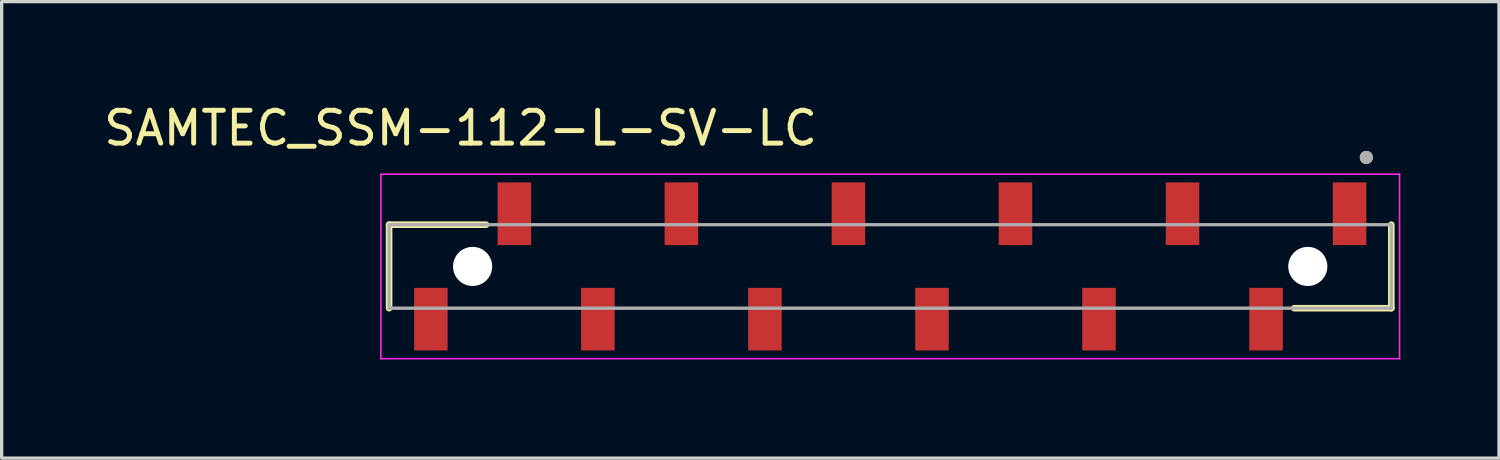
<source format=kicad_pcb>
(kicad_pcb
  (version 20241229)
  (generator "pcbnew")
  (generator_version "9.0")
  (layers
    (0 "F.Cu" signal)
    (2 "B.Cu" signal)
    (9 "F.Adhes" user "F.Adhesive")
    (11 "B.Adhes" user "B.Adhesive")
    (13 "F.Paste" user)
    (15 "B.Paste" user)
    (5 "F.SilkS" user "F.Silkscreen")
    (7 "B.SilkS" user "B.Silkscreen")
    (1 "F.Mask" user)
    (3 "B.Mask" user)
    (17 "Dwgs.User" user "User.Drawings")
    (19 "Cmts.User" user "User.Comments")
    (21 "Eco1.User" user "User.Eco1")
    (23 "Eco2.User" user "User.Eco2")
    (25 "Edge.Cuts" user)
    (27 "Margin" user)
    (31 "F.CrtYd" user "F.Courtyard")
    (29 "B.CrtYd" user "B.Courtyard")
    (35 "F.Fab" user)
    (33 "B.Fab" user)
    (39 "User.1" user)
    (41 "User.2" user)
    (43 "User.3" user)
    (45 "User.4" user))
  (footprint "SAMTEC_SSM-112-L-SV-LC"
    (layer "F.Cu")
    (at 24.023 5.053)
    (property "Reference" "SAMTEC_SSM-112-L-SV-LC" (at -13.065 -4.205 0) (layer "F.SilkS") (effects (font (size 1 1) (thickness 0.15))))
    (attr smd)
    (fp_line (start -15.24 -1.27) (end -12.29 -1.27) (stroke (width 0.2) (type solid)) (layer "F.SilkS"))
    (fp_line (start -15.24 1.27) (end -15.24 -1.27) (stroke (width 0.2) (type solid)) (layer "F.SilkS"))
    (fp_line (start 15.24 1.27) (end 12.29 1.27) (stroke (width 0.2) (type solid)) (layer "F.SilkS"))
    (fp_line (start 15.24 1.27) (end 15.24 -1.27) (stroke (width 0.2) (type solid)) (layer "F.SilkS"))
    (fp_circle (center 14.48 -3.315) (end 14.58 -3.315) (stroke (width 0.2) (type solid)) (fill no) (layer "F.SilkS"))
    (fp_line (start -15.49 -2.805) (end 15.49 -2.805) (stroke (width 0.05) (type solid)) (layer "F.CrtYd"))
    (fp_line (start -15.49 2.805) (end -15.49 -2.805) (stroke (width 0.05) (type solid)) (layer "F.CrtYd"))
    (fp_line (start 15.49 -2.805) (end 15.49 2.805) (stroke (width 0.05) (type solid)) (layer "F.CrtYd"))
    (fp_line (start 15.49 2.805) (end -15.49 2.805) (stroke (width 0.05) (type solid)) (layer "F.CrtYd"))
    (fp_line (start -15.24 -1.27) (end 15.24 -1.27) (stroke (width 0.1) (type solid)) (layer "F.Fab"))
    (fp_line (start -15.24 1.27) (end -15.24 -1.27) (stroke (width 0.1) (type solid)) (layer "F.Fab"))
    (fp_line (start 15.24 -1.27) (end 15.24 1.27) (stroke (width 0.1) (type solid)) (layer "F.Fab"))
    (fp_line (start 15.24 1.27) (end -15.24 1.27) (stroke (width 0.1) (type solid)) (layer "F.Fab"))
    (fp_circle (center 14.48 -3.315) (end 14.58 -3.315) (stroke (width 0.2) (type solid)) (fill no) (layer "F.Fab"))
    (pad "" np_thru_hole circle (at -12.7 0) (size 1.19 1.19) (drill 1.19) (layers "*.Cu" "*.Mask"))
    (pad "" np_thru_hole circle (at 12.7 0) (size 1.19 1.19) (drill 1.19) (layers "*.Cu" "*.Mask"))
    (pad "01" smd rect (at 13.97 -1.603) (size 1.02 1.905) (layers "F.Cu" "F.Mask" "F.Paste"))
    (pad "02" smd rect (at 11.43 1.603) (size 1.02 1.905) (layers "F.Cu" "F.Mask" "F.Paste"))
    (pad "03" smd rect (at 8.89 -1.603) (size 1.02 1.905) (layers "F.Cu" "F.Mask" "F.Paste"))
    (pad "04" smd rect (at 6.35 1.603) (size 1.02 1.905) (layers "F.Cu" "F.Mask" "F.Paste"))
    (pad "05" smd rect (at 3.81 -1.603) (size 1.02 1.905) (layers "F.Cu" "F.Mask" "F.Paste"))
    (pad "06" smd rect (at 1.27 1.603) (size 1.02 1.905) (layers "F.Cu" "F.Mask" "F.Paste"))
    (pad "07" smd rect (at -1.27 -1.603) (size 1.02 1.905) (layers "F.Cu" "F.Mask" "F.Paste"))
    (pad "08" smd rect (at -3.81 1.603) (size 1.02 1.905) (layers "F.Cu" "F.Mask" "F.Paste"))
    (pad "09" smd rect (at -6.35 -1.603) (size 1.02 1.905) (layers "F.Cu" "F.Mask" "F.Paste"))
    (pad "10" smd rect (at -8.89 1.603) (size 1.02 1.905) (layers "F.Cu" "F.Mask" "F.Paste"))
    (pad "11" smd rect (at -11.43 -1.603) (size 1.02 1.905) (layers "F.Cu" "F.Mask" "F.Paste"))
    (pad "12" smd rect (at -13.97 1.603) (size 1.02 1.905) (layers "F.Cu" "F.Mask" "F.Paste")))
  (gr_rect
    (start -3 -3)
    (end 42.538 10.883)
    (stroke (width 0.1) (type default))
    (fill no)
    (layer "Edge.Cuts")))
</source>
